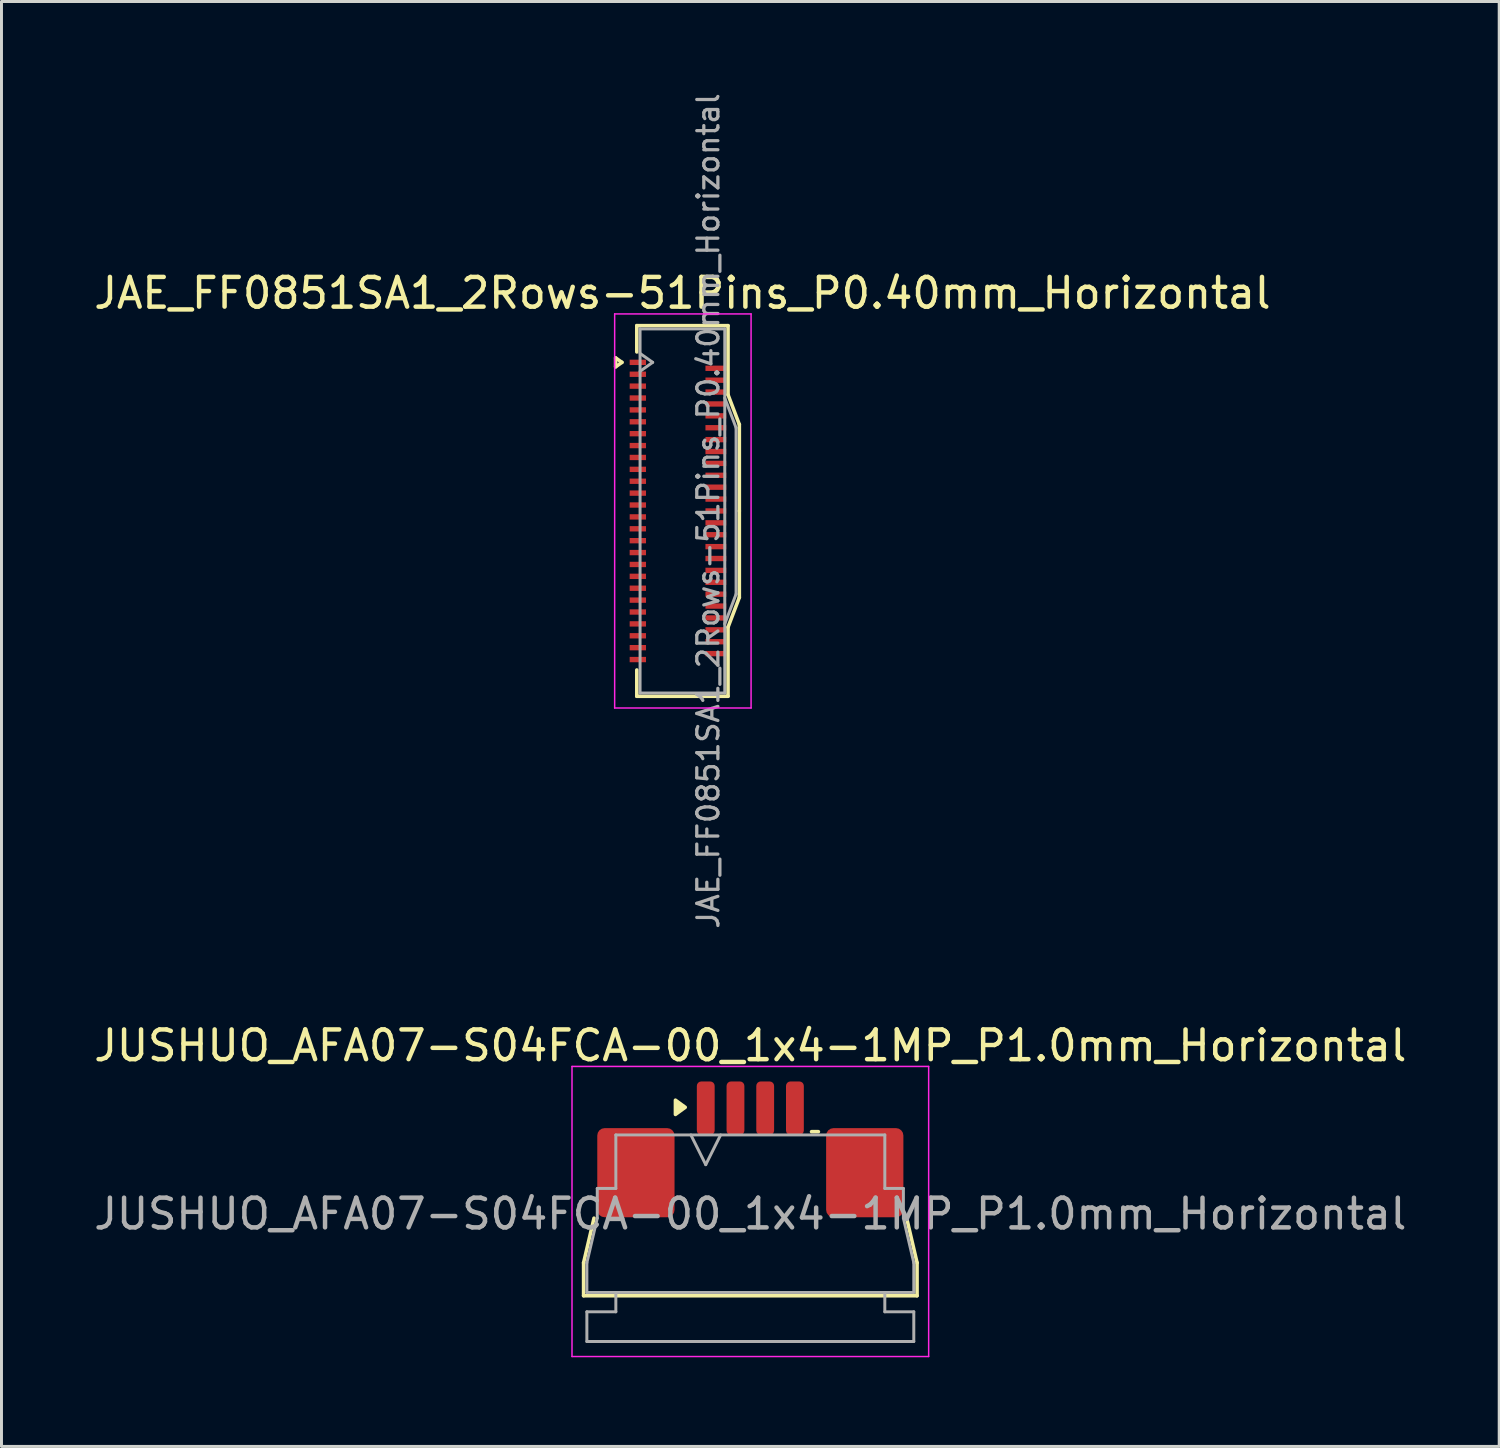
<source format=kicad_pcb>
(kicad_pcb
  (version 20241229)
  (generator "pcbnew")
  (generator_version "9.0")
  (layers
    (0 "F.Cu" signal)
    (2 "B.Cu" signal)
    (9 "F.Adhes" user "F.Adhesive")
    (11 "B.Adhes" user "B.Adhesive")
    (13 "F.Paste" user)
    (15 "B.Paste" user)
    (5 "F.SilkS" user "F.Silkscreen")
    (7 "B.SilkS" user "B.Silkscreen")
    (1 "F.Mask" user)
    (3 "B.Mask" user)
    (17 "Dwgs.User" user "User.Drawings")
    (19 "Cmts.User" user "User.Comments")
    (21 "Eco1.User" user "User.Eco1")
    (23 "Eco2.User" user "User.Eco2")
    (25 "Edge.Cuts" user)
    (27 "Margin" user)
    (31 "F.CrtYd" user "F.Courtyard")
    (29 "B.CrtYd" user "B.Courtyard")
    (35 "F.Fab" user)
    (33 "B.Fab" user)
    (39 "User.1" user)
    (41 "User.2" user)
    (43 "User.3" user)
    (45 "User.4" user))
  (footprint "JAE_FF0851SA1_2Rows-51Pins_P0.40mm_Horizontal"
    (layer "F.Cu")
    (at 19.761 14.142)
    (property "Reference" "JAE_FF0851SA1_2Rows-51Pins_P0.40mm_Horizontal" (at 0.15 -7.33 0) (layer "F.SilkS") (effects (font (size 1 1) (thickness 0.15))))
    (attr smd)
    (fp_line (start -2.097 -5.15) (end -1.885 -5) (stroke (width 0.12) (type solid)) (layer "F.SilkS"))
    (fp_line (start -2.097 -4.85) (end -2.097 -5.15) (stroke (width 0.12) (type solid)) (layer "F.SilkS"))
    (fp_line (start -1.885 -5) (end -2.097 -4.85) (stroke (width 0.12) (type solid)) (layer "F.SilkS"))
    (fp_line (start -1.385 -6.235) (end 1.685 -6.235) (stroke (width 0.12) (type solid)) (layer "F.SilkS"))
    (fp_line (start -1.385 -5.35) (end -1.385 -6.235) (stroke (width 0.12) (type solid)) (layer "F.SilkS"))
    (fp_line (start -1.385 5.35) (end -1.385 6.235) (stroke (width 0.12) (type solid)) (layer "F.SilkS"))
    (fp_line (start -1.385 6.235) (end 1.685 6.235) (stroke (width 0.12) (type solid)) (layer "F.SilkS"))
    (fp_line (start 1.685 -6.235) (end 1.685 -3.91) (stroke (width 0.12) (type solid)) (layer "F.SilkS"))
    (fp_line (start 1.685 -3.91) (end 2.065 -2.91) (stroke (width 0.12) (type solid)) (layer "F.SilkS"))
    (fp_line (start 1.685 3.91) (end 2.065 2.91) (stroke (width 0.12) (type solid)) (layer "F.SilkS"))
    (fp_line (start 1.685 6.235) (end 1.685 3.91) (stroke (width 0.12) (type solid)) (layer "F.SilkS"))
    (fp_line (start 2.065 -2.91) (end 2.065 0) (stroke (width 0.12) (type solid)) (layer "F.SilkS"))
    (fp_line (start 2.065 2.91) (end 2.065 0) (stroke (width 0.12) (type solid)) (layer "F.SilkS"))
    (fp_line (start -2.13 -6.63) (end -2.13 6.63) (stroke (width 0.05) (type solid)) (layer "F.CrtYd"))
    (fp_line (start -2.13 6.63) (end 2.46 6.63) (stroke (width 0.05) (type solid)) (layer "F.CrtYd"))
    (fp_line (start 2.46 -6.63) (end -2.13 -6.63) (stroke (width 0.05) (type solid)) (layer "F.CrtYd"))
    (fp_line (start 2.46 6.63) (end 2.46 -6.63) (stroke (width 0.05) (type solid)) (layer "F.CrtYd"))
    (fp_line (start -1.275 -6.125) (end -1.275 6.125) (stroke (width 0.1) (type solid)) (layer "F.Fab"))
    (fp_line (start -1.275 -5.3) (end -0.851 -5) (stroke (width 0.1) (type solid)) (layer "F.Fab"))
    (fp_line (start -1.275 6.125) (end 1.575 6.125) (stroke (width 0.1) (type solid)) (layer "F.Fab"))
    (fp_line (start -0.851 -5) (end -1.275 -4.7) (stroke (width 0.1) (type solid)) (layer "F.Fab"))
    (fp_line (start 1.575 -6.125) (end -1.275 -6.125) (stroke (width 0.1) (type solid)) (layer "F.Fab"))
    (fp_line (start 1.575 -3.8) (end 1.955 -2.8) (stroke (width 0.1) (type solid)) (layer "F.Fab"))
    (fp_line (start 1.575 6.125) (end 1.575 -6.125) (stroke (width 0.1) (type solid)) (layer "F.Fab"))
    (fp_line (start 1.955 -2.8) (end 1.955 2.8) (stroke (width 0.1) (type solid)) (layer "F.Fab"))
    (fp_line (start 1.955 2.8) (end 1.575 3.8) (stroke (width 0.1) (type solid)) (layer "F.Fab"))
    (fp_text user "${REFERENCE}" (at 1.02 0 90) (layer "F.Fab") (effects (font (size 0.71 0.71) (thickness 0.11))))
    (pad "1" smd rect (at -1.35 -5) (size 0.55 0.18) (layers "F.Cu" "F.Mask" "F.Paste"))
    (pad "2" smd rect (at 1.275 -4.8) (size 0.7 0.18) (layers "F.Cu" "F.Mask" "F.Paste"))
    (pad "3" smd rect (at -1.35 -4.6) (size 0.55 0.18) (layers "F.Cu" "F.Mask" "F.Paste"))
    (pad "4" smd rect (at 1.275 -4.4) (size 0.7 0.18) (layers "F.Cu" "F.Mask" "F.Paste"))
    (pad "5" smd rect (at -1.35 -4.2) (size 0.55 0.18) (layers "F.Cu" "F.Mask" "F.Paste"))
    (pad "6" smd rect (at 1.275 -4) (size 0.7 0.18) (layers "F.Cu" "F.Mask" "F.Paste"))
    (pad "7" smd rect (at -1.35 -3.8) (size 0.55 0.18) (layers "F.Cu" "F.Mask" "F.Paste"))
    (pad "8" smd rect (at 1.275 -3.6) (size 0.7 0.18) (layers "F.Cu" "F.Mask" "F.Paste"))
    (pad "9" smd rect (at -1.35 -3.4) (size 0.55 0.18) (layers "F.Cu" "F.Mask" "F.Paste"))
    (pad "10" smd rect (at 1.275 -3.2) (size 0.7 0.18) (layers "F.Cu" "F.Mask" "F.Paste"))
    (pad "11" smd rect (at -1.35 -3) (size 0.55 0.18) (layers "F.Cu" "F.Mask" "F.Paste"))
    (pad "12" smd rect (at 1.275 -2.8) (size 0.7 0.18) (layers "F.Cu" "F.Mask" "F.Paste"))
    (pad "13" smd rect (at -1.35 -2.6) (size 0.55 0.18) (layers "F.Cu" "F.Mask" "F.Paste"))
    (pad "14" smd rect (at 1.275 -2.4) (size 0.7 0.18) (layers "F.Cu" "F.Mask" "F.Paste"))
    (pad "15" smd rect (at -1.35 -2.2) (size 0.55 0.18) (layers "F.Cu" "F.Mask" "F.Paste"))
    (pad "16" smd rect (at 1.275 -2) (size 0.7 0.18) (layers "F.Cu" "F.Mask" "F.Paste"))
    (pad "17" smd rect (at -1.35 -1.8) (size 0.55 0.18) (layers "F.Cu" "F.Mask" "F.Paste"))
    (pad "18" smd rect (at 1.275 -1.6) (size 0.7 0.18) (layers "F.Cu" "F.Mask" "F.Paste"))
    (pad "19" smd rect (at -1.35 -1.4) (size 0.55 0.18) (layers "F.Cu" "F.Mask" "F.Paste"))
    (pad "20" smd rect (at 1.275 -1.2) (size 0.7 0.18) (layers "F.Cu" "F.Mask" "F.Paste"))
    (pad "21" smd rect (at -1.35 -1) (size 0.55 0.18) (layers "F.Cu" "F.Mask" "F.Paste"))
    (pad "22" smd rect (at 1.275 -0.8) (size 0.7 0.18) (layers "F.Cu" "F.Mask" "F.Paste"))
    (pad "23" smd rect (at -1.35 -0.6) (size 0.55 0.18) (layers "F.Cu" "F.Mask" "F.Paste"))
    (pad "24" smd rect (at 1.275 -0.4) (size 0.7 0.18) (layers "F.Cu" "F.Mask" "F.Paste"))
    (pad "25" smd rect (at -1.35 -0.2) (size 0.55 0.18) (layers "F.Cu" "F.Mask" "F.Paste"))
    (pad "26" smd rect (at 1.275 0) (size 0.7 0.18) (layers "F.Cu" "F.Mask" "F.Paste"))
    (pad "27" smd rect (at -1.35 0.2) (size 0.55 0.18) (layers "F.Cu" "F.Mask" "F.Paste"))
    (pad "28" smd rect (at 1.275 0.4) (size 0.7 0.18) (layers "F.Cu" "F.Mask" "F.Paste"))
    (pad "29" smd rect (at -1.35 0.6) (size 0.55 0.18) (layers "F.Cu" "F.Mask" "F.Paste"))
    (pad "30" smd rect (at 1.275 0.8) (size 0.7 0.18) (layers "F.Cu" "F.Mask" "F.Paste"))
    (pad "31" smd rect (at -1.35 1) (size 0.55 0.18) (layers "F.Cu" "F.Mask" "F.Paste"))
    (pad "32" smd rect (at 1.275 1.2) (size 0.7 0.18) (layers "F.Cu" "F.Mask" "F.Paste"))
    (pad "33" smd rect (at -1.35 1.4) (size 0.55 0.18) (layers "F.Cu" "F.Mask" "F.Paste"))
    (pad "34" smd rect (at 1.275 1.6) (size 0.7 0.18) (layers "F.Cu" "F.Mask" "F.Paste"))
    (pad "35" smd rect (at -1.35 1.8) (size 0.55 0.18) (layers "F.Cu" "F.Mask" "F.Paste"))
    (pad "36" smd rect (at 1.275 2) (size 0.7 0.18) (layers "F.Cu" "F.Mask" "F.Paste"))
    (pad "37" smd rect (at -1.35 2.2) (size 0.55 0.18) (layers "F.Cu" "F.Mask" "F.Paste"))
    (pad "38" smd rect (at 1.275 2.4) (size 0.7 0.18) (layers "F.Cu" "F.Mask" "F.Paste"))
    (pad "39" smd rect (at -1.35 2.6) (size 0.55 0.18) (layers "F.Cu" "F.Mask" "F.Paste"))
    (pad "40" smd rect (at 1.275 2.8) (size 0.7 0.18) (layers "F.Cu" "F.Mask" "F.Paste"))
    (pad "41" smd rect (at -1.35 3) (size 0.55 0.18) (layers "F.Cu" "F.Mask" "F.Paste"))
    (pad "42" smd rect (at 1.275 3.2) (size 0.7 0.18) (layers "F.Cu" "F.Mask" "F.Paste"))
    (pad "43" smd rect (at -1.35 3.4) (size 0.55 0.18) (layers "F.Cu" "F.Mask" "F.Paste"))
    (pad "44" smd rect (at 1.275 3.6) (size 0.7 0.18) (layers "F.Cu" "F.Mask" "F.Paste"))
    (pad "45" smd rect (at -1.35 3.8) (size 0.55 0.18) (layers "F.Cu" "F.Mask" "F.Paste"))
    (pad "46" smd rect (at 1.275 4) (size 0.7 0.18) (layers "F.Cu" "F.Mask" "F.Paste"))
    (pad "47" smd rect (at -1.35 4.2) (size 0.55 0.18) (layers "F.Cu" "F.Mask" "F.Paste"))
    (pad "48" smd rect (at 1.275 4.4) (size 0.7 0.18) (layers "F.Cu" "F.Mask" "F.Paste"))
    (pad "49" smd rect (at -1.35 4.6) (size 0.55 0.18) (layers "F.Cu" "F.Mask" "F.Paste"))
    (pad "50" smd rect (at 1.275 4.8) (size 0.7 0.18) (layers "F.Cu" "F.Mask" "F.Paste"))
    (pad "51" smd rect (at -1.35 5) (size 0.55 0.18) (layers "F.Cu" "F.Mask" "F.Paste")))
  (footprint "JUSHUO_AFA07-S04FCA-00_1x4-1MP_P1.0mm_Horizontal"
    (layer "F.Cu")
    (at 22.196 37.612)
    (property "Reference" "JUSHUO_AFA07-S04FCA-00_1x4-1MP_P1.0mm_Horizontal" (at 0 -5.48 0) (layer "F.SilkS") (effects (font (size 1 1) (thickness 0.15))))
    (attr smd)
    (fp_line (start -5.61 1.825) (end -5.26 0.325) (stroke (width 0.12) (type solid)) (layer "F.SilkS"))
    (fp_line (start -5.61 2.935) (end -5.61 1.825) (stroke (width 0.12) (type solid)) (layer "F.SilkS"))
    (fp_line (start 2.06 -2.585) (end 2.29 -2.585) (stroke (width 0.12) (type solid)) (layer "F.SilkS"))
    (fp_line (start 5.26 0.325) (end 5.61 1.825) (stroke (width 0.12) (type solid)) (layer "F.SilkS"))
    (fp_line (start 5.61 1.825) (end 5.61 2.935) (stroke (width 0.12) (type solid)) (layer "F.SilkS"))
    (fp_line (start 5.61 2.935) (end -5.61 2.935) (stroke (width 0.12) (type solid)) (layer "F.SilkS"))
    (fp_poly (pts (xy -2.19 -3.405) (xy -2.52 -3.165) (xy -2.52 -3.645)) (stroke (width 0.12) (type solid)) (fill yes) (layer "F.SilkS"))
    (fp_line (start -6 -4.78) (end -6 4.98) (stroke (width 0.05) (type solid)) (layer "F.CrtYd"))
    (fp_line (start -6 4.98) (end 6 4.98) (stroke (width 0.05) (type solid)) (layer "F.CrtYd"))
    (fp_line (start 6 -4.78) (end -6 -4.78) (stroke (width 0.05) (type solid)) (layer "F.CrtYd"))
    (fp_line (start 6 4.98) (end 6 -4.78) (stroke (width 0.05) (type solid)) (layer "F.CrtYd"))
    (fp_line (start -5.5 1.825) (end -5.15 0.325) (stroke (width 0.1) (type solid)) (layer "F.Fab"))
    (fp_line (start -5.5 2.825) (end -5.5 1.825) (stroke (width 0.1) (type solid)) (layer "F.Fab"))
    (fp_line (start -5.5 3.475) (end -4.525 3.475) (stroke (width 0.1) (type solid)) (layer "F.Fab"))
    (fp_line (start -5.5 4.475) (end -5.5 3.475) (stroke (width 0.1) (type solid)) (layer "F.Fab"))
    (fp_line (start -5.15 -0.675) (end -4.525 -0.675) (stroke (width 0.1) (type solid)) (layer "F.Fab"))
    (fp_line (start -5.15 0.325) (end -5.15 -0.675) (stroke (width 0.1) (type solid)) (layer "F.Fab"))
    (fp_line (start -4.525 -2.475) (end 4.525 -2.475) (stroke (width 0.1) (type solid)) (layer "F.Fab"))
    (fp_line (start -4.525 -0.675) (end -4.525 -2.475) (stroke (width 0.1) (type solid)) (layer "F.Fab"))
    (fp_line (start -4.525 3.475) (end -4.525 2.825) (stroke (width 0.1) (type solid)) (layer "F.Fab"))
    (fp_line (start -2 -2.475) (end -1.5 -1.475) (stroke (width 0.1) (type solid)) (layer "F.Fab"))
    (fp_line (start -1.5 -1.475) (end -1 -2.475) (stroke (width 0.1) (type solid)) (layer "F.Fab"))
    (fp_line (start 4.525 -2.475) (end 4.525 -0.675) (stroke (width 0.1) (type solid)) (layer "F.Fab"))
    (fp_line (start 4.525 -0.675) (end 5.15 -0.675) (stroke (width 0.1) (type solid)) (layer "F.Fab"))
    (fp_line (start 4.525 2.825) (end 4.525 3.475) (stroke (width 0.1) (type solid)) (layer "F.Fab"))
    (fp_line (start 4.525 3.475) (end 5.5 3.475) (stroke (width 0.1) (type solid)) (layer "F.Fab"))
    (fp_line (start 5.15 -0.675) (end 5.15 0.325) (stroke (width 0.1) (type solid)) (layer "F.Fab"))
    (fp_line (start 5.15 0.325) (end 5.5 1.825) (stroke (width 0.1) (type solid)) (layer "F.Fab"))
    (fp_line (start 5.5 1.825) (end 5.5 2.825) (stroke (width 0.1) (type solid)) (layer "F.Fab"))
    (fp_line (start 5.5 2.825) (end -5.5 2.825) (stroke (width 0.1) (type solid)) (layer "F.Fab"))
    (fp_line (start 5.5 3.475) (end 5.5 4.475) (stroke (width 0.1) (type solid)) (layer "F.Fab"))
    (fp_line (start 5.5 4.475) (end -5.5 4.475) (stroke (width 0.1) (type solid)) (layer "F.Fab"))
    (fp_text user "${REFERENCE}" (at 0 0.18 0) (layer "F.Fab") (effects (font (size 1 1) (thickness 0.15))))
    (pad "1" smd roundrect (at -1.5 -3.375) (size 0.6 1.8) (layers "F.Cu" "F.Mask" "F.Paste") (roundrect_rratio 0.25))
    (pad "2" smd roundrect (at -0.5 -3.375) (size 0.6 1.8) (layers "F.Cu" "F.Mask" "F.Paste") (roundrect_rratio 0.25))
    (pad "3" smd roundrect (at 0.5 -3.375) (size 0.6 1.8) (layers "F.Cu" "F.Mask" "F.Paste") (roundrect_rratio 0.25))
    (pad "4" smd roundrect (at 1.5 -3.375) (size 0.6 1.8) (layers "F.Cu" "F.Mask" "F.Paste") (roundrect_rratio 0.25))
    (pad "MP" smd roundrect (at -3.85 -1.205) (size 2.6 3) (layers "F.Cu" "F.Mask" "F.Paste") (roundrect_rratio 0.096))
    (pad "MP" smd roundrect (at 3.85 -1.205) (size 2.6 3) (layers "F.Cu" "F.Mask" "F.Paste") (roundrect_rratio 0.096)))
  (gr_rect
    (start -3 -3)
    (end 47.393 45.617)
    (stroke (width 0.1) (type default))
    (fill no)
    (layer "Edge.Cuts")))
</source>
